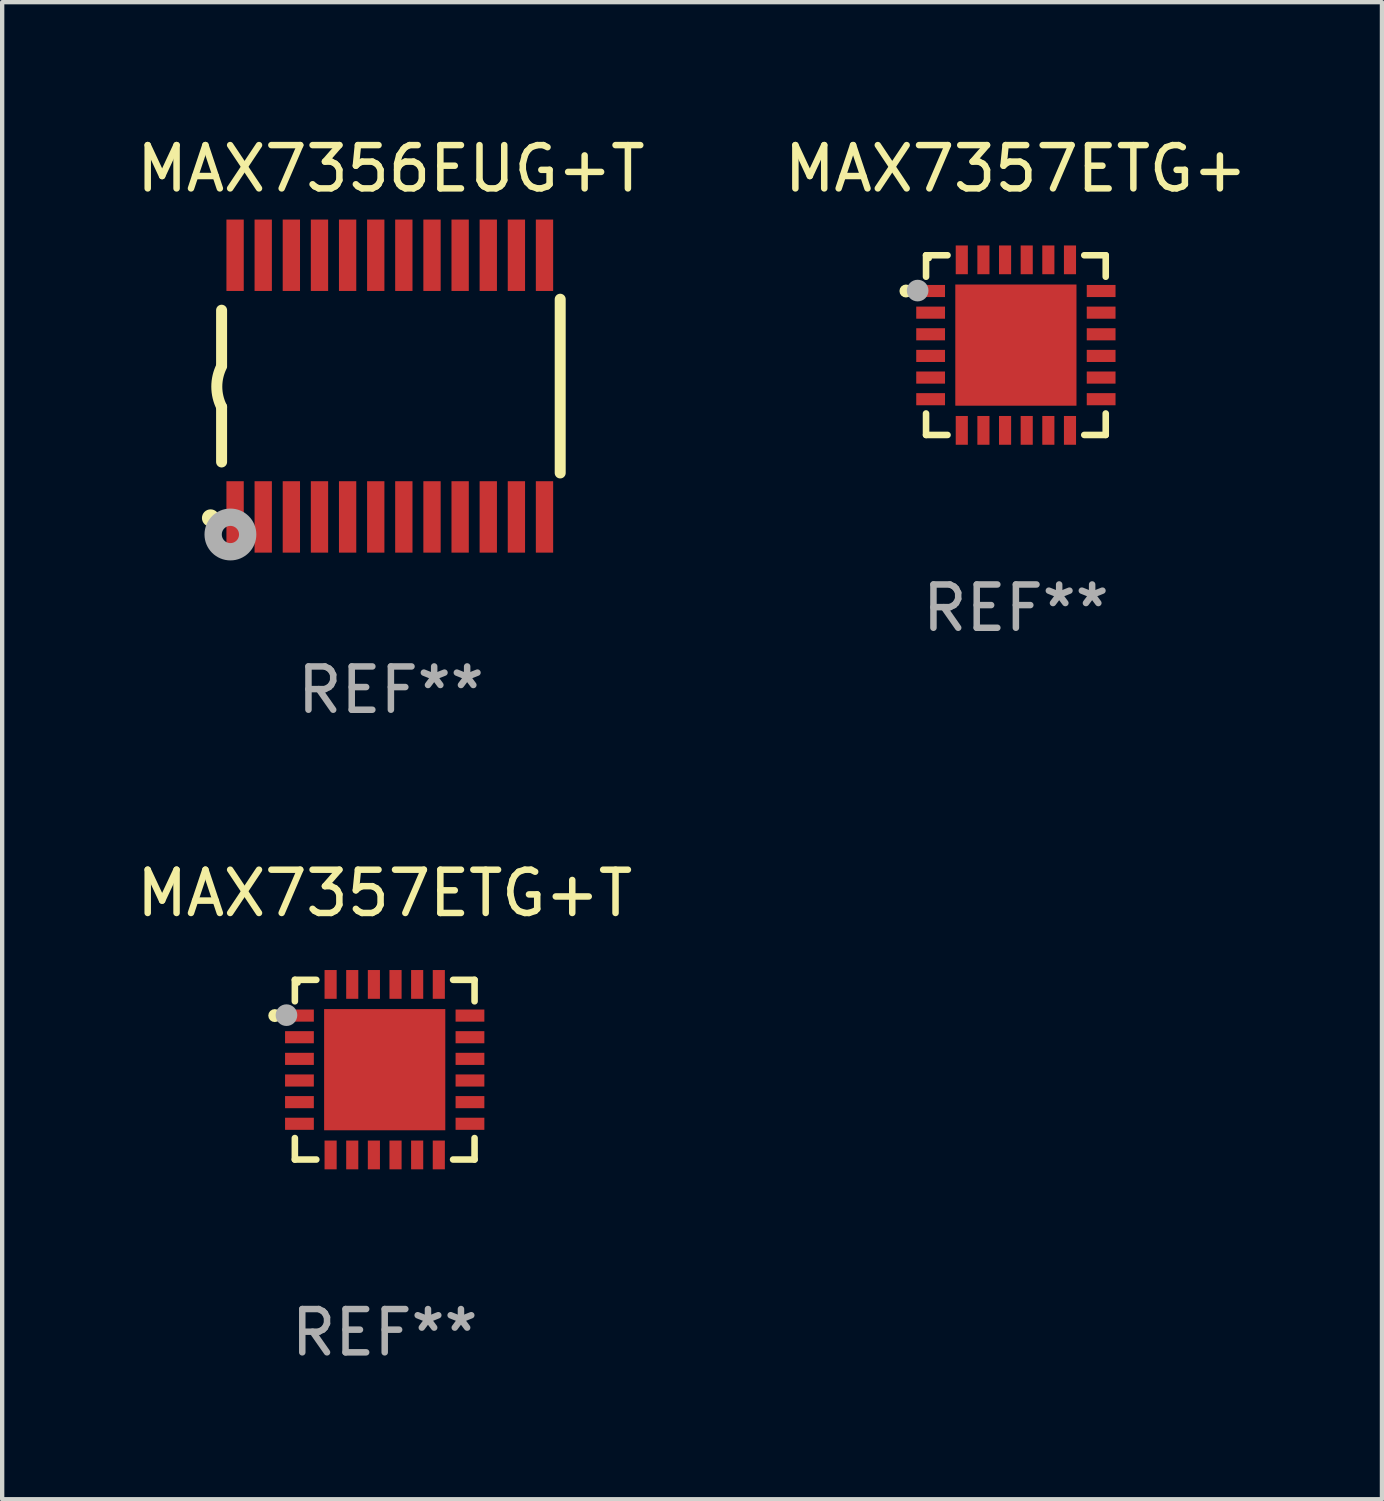
<source format=kicad_pcb>
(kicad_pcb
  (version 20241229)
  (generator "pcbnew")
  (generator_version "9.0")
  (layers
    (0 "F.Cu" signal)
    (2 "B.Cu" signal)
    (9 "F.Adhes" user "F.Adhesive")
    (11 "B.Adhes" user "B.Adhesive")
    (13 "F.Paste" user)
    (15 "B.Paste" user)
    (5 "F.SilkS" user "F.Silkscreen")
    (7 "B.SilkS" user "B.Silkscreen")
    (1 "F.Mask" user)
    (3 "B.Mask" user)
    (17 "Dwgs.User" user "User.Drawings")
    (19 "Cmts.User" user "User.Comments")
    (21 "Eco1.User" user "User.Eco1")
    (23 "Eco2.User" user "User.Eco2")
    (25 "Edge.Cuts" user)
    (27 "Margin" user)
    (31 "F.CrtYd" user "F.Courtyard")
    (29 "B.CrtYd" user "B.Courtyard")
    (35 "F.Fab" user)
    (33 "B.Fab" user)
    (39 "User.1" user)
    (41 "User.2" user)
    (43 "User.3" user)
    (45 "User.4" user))
  (footprint "MAX7356EUG+T"
    (layer "F.Cu")
    (at 5.982 5.871)
    (property "Reference" "MAX7356EUG+T" (at 0 -5.023 0) (layer "F.SilkS") (effects (font (size 1 1) (thickness 0.15))))
    (attr through_hole)
    (fp_line (start -3.912 -0.483) (end -3.912 -1.753) (stroke (width 0.254) (type solid)) (layer "F.SilkS"))
    (fp_line (start -3.912 1.753) (end -3.912 0.483) (stroke (width 0.254) (type solid)) (layer "F.SilkS"))
    (fp_line (start 3.912 -2.007) (end 3.912 2.007) (stroke (width 0.254) (type solid)) (layer "F.SilkS"))
    (fp_arc (start -3.911608 0.482601) (mid -4.022537 0.0127) (end -3.911608 -0.457201) (stroke (width 0.254001) (type solid)) (layer "F.SilkS"))
    (fp_circle (center -4.166 3.048) (end -4.066 3.048) (stroke (width 0.2) (type solid)) (fill no) (layer "F.SilkS"))
    (fp_circle (center -3.925 3.186) (end -3.895 3.186) (stroke (width 0.06) (type solid)) (fill no) (layer "F.SilkS"))
    (fp_circle (center -3.708 3.429) (end -3.509 3.429) (stroke (width 0.4) (type solid)) (fill no) (layer "F.Fab"))
    (fp_text user "REF**" (at 0 7.023 0) (layer "F.Fab") (effects (font (size 1 1) (thickness 0.15))))
    (pad "1" smd rect (at -3.6 3.023) (size 0.4 1.65) (layers "F.Cu" "F.Mask" "F.Paste"))
    (pad "2" smd rect (at -2.95 3.023) (size 0.4 1.65) (layers "F.Cu" "F.Mask" "F.Paste"))
    (pad "3" smd rect (at -2.3 3.023) (size 0.4 1.65) (layers "F.Cu" "F.Mask" "F.Paste"))
    (pad "4" smd rect (at -1.65 3.023) (size 0.4 1.65) (layers "F.Cu" "F.Mask" "F.Paste"))
    (pad "5" smd rect (at -1 3.023) (size 0.4 1.65) (layers "F.Cu" "F.Mask" "F.Paste"))
    (pad "6" smd rect (at -0.35 3.023) (size 0.4 1.65) (layers "F.Cu" "F.Mask" "F.Paste"))
    (pad "7" smd rect (at 0.299 3.023) (size 0.4 1.65) (layers "F.Cu" "F.Mask" "F.Paste"))
    (pad "8" smd rect (at 0.95 3.023) (size 0.4 1.65) (layers "F.Cu" "F.Mask" "F.Paste"))
    (pad "9" smd rect (at 1.6 3.023) (size 0.4 1.65) (layers "F.Cu" "F.Mask" "F.Paste"))
    (pad "10" smd rect (at 2.25 3.023) (size 0.4 1.65) (layers "F.Cu" "F.Mask" "F.Paste"))
    (pad "11" smd rect (at 2.9 3.023) (size 0.4 1.65) (layers "F.Cu" "F.Mask" "F.Paste"))
    (pad "12" smd rect (at 3.549 3.023) (size 0.4 1.65) (layers "F.Cu" "F.Mask" "F.Paste"))
    (pad "13" smd rect (at 3.549 -3.023) (size 0.4 1.65) (layers "F.Cu" "F.Mask" "F.Paste"))
    (pad "14" smd rect (at 2.9 -3.023) (size 0.4 1.65) (layers "F.Cu" "F.Mask" "F.Paste"))
    (pad "15" smd rect (at 2.25 -3.023) (size 0.4 1.65) (layers "F.Cu" "F.Mask" "F.Paste"))
    (pad "16" smd rect (at 1.6 -3.023) (size 0.4 1.65) (layers "F.Cu" "F.Mask" "F.Paste"))
    (pad "17" smd rect (at 0.95 -3.023) (size 0.4 1.65) (layers "F.Cu" "F.Mask" "F.Paste"))
    (pad "18" smd rect (at 0.299 -3.023) (size 0.4 1.65) (layers "F.Cu" "F.Mask" "F.Paste"))
    (pad "19" smd rect (at -0.35 -3.023) (size 0.4 1.65) (layers "F.Cu" "F.Mask" "F.Paste"))
    (pad "20" smd rect (at -1 -3.023) (size 0.4 1.65) (layers "F.Cu" "F.Mask" "F.Paste"))
    (pad "21" smd rect (at -1.65 -3.023) (size 0.4 1.65) (layers "F.Cu" "F.Mask" "F.Paste"))
    (pad "22" smd rect (at -2.3 -3.023) (size 0.4 1.65) (layers "F.Cu" "F.Mask" "F.Paste"))
    (pad "23" smd rect (at -2.95 -3.023) (size 0.4 1.65) (layers "F.Cu" "F.Mask" "F.Paste"))
    (pad "24" smd rect (at -3.6 -3.023) (size 0.4 1.65) (layers "F.Cu" "F.Mask" "F.Paste")))
  (footprint "MAX7357ETG+T"
    (layer "F.Cu")
    (at 5.839 21.666)
    (property "Reference" "MAX7357ETG+T" (at 0 -4.076 0) (layer "F.SilkS") (effects (font (size 1 1) (thickness 0.15))))
    (attr through_hole)
    (fp_line (start -2.076 -2.076) (end -2.076 -1.58) (stroke (width 0.152) (type solid)) (layer "F.SilkS"))
    (fp_line (start -2.076 2.076) (end -2.076 1.58) (stroke (width 0.152) (type solid)) (layer "F.SilkS"))
    (fp_line (start -1.58 -2.076) (end -2.076 -2.076) (stroke (width 0.152) (type solid)) (layer "F.SilkS"))
    (fp_line (start -1.58 2.076) (end -2.076 2.076) (stroke (width 0.152) (type solid)) (layer "F.SilkS"))
    (fp_line (start 1.58 -2.076) (end 2.076 -2.076) (stroke (width 0.152) (type solid)) (layer "F.SilkS"))
    (fp_line (start 1.58 2.076) (end 2.076 2.076) (stroke (width 0.152) (type solid)) (layer "F.SilkS"))
    (fp_line (start 2.076 -2.076) (end 2.076 -1.58) (stroke (width 0.152) (type solid)) (layer "F.SilkS"))
    (fp_line (start 2.076 2.076) (end 2.076 1.58) (stroke (width 0.152) (type solid)) (layer "F.SilkS"))
    (fp_circle (center -2.54 -1.25) (end -2.465 -1.25) (stroke (width 0.15) (type solid)) (fill no) (layer "F.SilkS"))
    (fp_circle (center -2 -2) (end -1.97 -2) (stroke (width 0.06) (type solid)) (fill no) (layer "F.SilkS"))
    (fp_circle (center -2.27 -1.26) (end -2.145 -1.26) (stroke (width 0.25) (type solid)) (fill no) (layer "F.Fab"))
    (fp_text user "REF**" (at 0 6.076 0) (layer "F.Fab") (effects (font (size 1 1) (thickness 0.15))))
    (pad "1" smd rect (at -1.97 -1.25) (size 0.665 0.28) (layers "F.Cu" "F.Mask" "F.Paste"))
    (pad "2" smd rect (at -1.97 -0.75) (size 0.665 0.28) (layers "F.Cu" "F.Mask" "F.Paste"))
    (pad "3" smd rect (at -1.97 -0.25) (size 0.665 0.28) (layers "F.Cu" "F.Mask" "F.Paste"))
    (pad "4" smd rect (at -1.97 0.25) (size 0.665 0.28) (layers "F.Cu" "F.Mask" "F.Paste"))
    (pad "5" smd rect (at -1.97 0.75) (size 0.665 0.28) (layers "F.Cu" "F.Mask" "F.Paste"))
    (pad "6" smd rect (at -1.97 1.25) (size 0.665 0.28) (layers "F.Cu" "F.Mask" "F.Paste"))
    (pad "7" smd rect (at -1.25 1.97) (size 0.28 0.665) (layers "F.Cu" "F.Mask" "F.Paste"))
    (pad "8" smd rect (at -0.75 1.97) (size 0.28 0.665) (layers "F.Cu" "F.Mask" "F.Paste"))
    (pad "9" smd rect (at -0.25 1.97) (size 0.28 0.665) (layers "F.Cu" "F.Mask" "F.Paste"))
    (pad "10" smd rect (at 0.25 1.97) (size 0.28 0.665) (layers "F.Cu" "F.Mask" "F.Paste"))
    (pad "11" smd rect (at 0.75 1.97) (size 0.28 0.665) (layers "F.Cu" "F.Mask" "F.Paste"))
    (pad "12" smd rect (at 1.25 1.97) (size 0.28 0.665) (layers "F.Cu" "F.Mask" "F.Paste"))
    (pad "13" smd rect (at 1.97 1.25) (size 0.665 0.28) (layers "F.Cu" "F.Mask" "F.Paste"))
    (pad "14" smd rect (at 1.97 0.75) (size 0.665 0.28) (layers "F.Cu" "F.Mask" "F.Paste"))
    (pad "15" smd rect (at 1.97 0.25) (size 0.665 0.28) (layers "F.Cu" "F.Mask" "F.Paste"))
    (pad "16" smd rect (at 1.97 -0.25) (size 0.665 0.28) (layers "F.Cu" "F.Mask" "F.Paste"))
    (pad "17" smd rect (at 1.97 -0.75) (size 0.665 0.28) (layers "F.Cu" "F.Mask" "F.Paste"))
    (pad "18" smd rect (at 1.97 -1.25) (size 0.665 0.28) (layers "F.Cu" "F.Mask" "F.Paste"))
    (pad "19" smd rect (at 1.25 -1.97) (size 0.28 0.665) (layers "F.Cu" "F.Mask" "F.Paste"))
    (pad "20" smd rect (at 0.75 -1.97) (size 0.28 0.665) (layers "F.Cu" "F.Mask" "F.Paste"))
    (pad "21" smd rect (at 0.25 -1.97) (size 0.28 0.665) (layers "F.Cu" "F.Mask" "F.Paste"))
    (pad "22" smd rect (at -0.25 -1.97) (size 0.28 0.665) (layers "F.Cu" "F.Mask" "F.Paste"))
    (pad "23" smd rect (at -0.75 -1.97) (size 0.28 0.665) (layers "F.Cu" "F.Mask" "F.Paste"))
    (pad "24" smd rect (at -1.25 -1.97) (size 0.28 0.665) (layers "F.Cu" "F.Mask" "F.Paste"))
    (pad "25" smd rect (at 0 0) (size 2.8 2.8) (layers "F.Cu" "F.Mask" "F.Paste")))
  (footprint "MAX7357ETG+"
    (layer "F.Cu")
    (at 20.423 4.924)
    (property "Reference" "MAX7357ETG+" (at 0 -4.076 0) (layer "F.SilkS") (effects (font (size 1 1) (thickness 0.15))))
    (attr through_hole)
    (fp_line (start -2.076 -2.076) (end -2.076 -1.58) (stroke (width 0.152) (type solid)) (layer "F.SilkS"))
    (fp_line (start -2.076 2.076) (end -2.076 1.58) (stroke (width 0.152) (type solid)) (layer "F.SilkS"))
    (fp_line (start -1.58 -2.076) (end -2.076 -2.076) (stroke (width 0.152) (type solid)) (layer "F.SilkS"))
    (fp_line (start -1.58 2.076) (end -2.076 2.076) (stroke (width 0.152) (type solid)) (layer "F.SilkS"))
    (fp_line (start 1.58 -2.076) (end 2.076 -2.076) (stroke (width 0.152) (type solid)) (layer "F.SilkS"))
    (fp_line (start 1.58 2.076) (end 2.076 2.076) (stroke (width 0.152) (type solid)) (layer "F.SilkS"))
    (fp_line (start 2.076 -2.076) (end 2.076 -1.58) (stroke (width 0.152) (type solid)) (layer "F.SilkS"))
    (fp_line (start 2.076 2.076) (end 2.076 1.58) (stroke (width 0.152) (type solid)) (layer "F.SilkS"))
    (fp_circle (center -2.54 -1.25) (end -2.465 -1.25) (stroke (width 0.15) (type solid)) (fill no) (layer "F.SilkS"))
    (fp_circle (center -2 -2) (end -1.97 -2) (stroke (width 0.06) (type solid)) (fill no) (layer "F.SilkS"))
    (fp_circle (center -2.27 -1.26) (end -2.145 -1.26) (stroke (width 0.25) (type solid)) (fill no) (layer "F.Fab"))
    (fp_text user "REF**" (at 0 6.076 0) (layer "F.Fab") (effects (font (size 1 1) (thickness 0.15))))
    (pad "1" smd rect (at -1.97 -1.25) (size 0.665 0.28) (layers "F.Cu" "F.Mask" "F.Paste"))
    (pad "2" smd rect (at -1.97 -0.75) (size 0.665 0.28) (layers "F.Cu" "F.Mask" "F.Paste"))
    (pad "3" smd rect (at -1.97 -0.25) (size 0.665 0.28) (layers "F.Cu" "F.Mask" "F.Paste"))
    (pad "4" smd rect (at -1.97 0.25) (size 0.665 0.28) (layers "F.Cu" "F.Mask" "F.Paste"))
    (pad "5" smd rect (at -1.97 0.75) (size 0.665 0.28) (layers "F.Cu" "F.Mask" "F.Paste"))
    (pad "6" smd rect (at -1.97 1.25) (size 0.665 0.28) (layers "F.Cu" "F.Mask" "F.Paste"))
    (pad "7" smd rect (at -1.25 1.97) (size 0.28 0.665) (layers "F.Cu" "F.Mask" "F.Paste"))
    (pad "8" smd rect (at -0.75 1.97) (size 0.28 0.665) (layers "F.Cu" "F.Mask" "F.Paste"))
    (pad "9" smd rect (at -0.25 1.97) (size 0.28 0.665) (layers "F.Cu" "F.Mask" "F.Paste"))
    (pad "10" smd rect (at 0.25 1.97) (size 0.28 0.665) (layers "F.Cu" "F.Mask" "F.Paste"))
    (pad "11" smd rect (at 0.75 1.97) (size 0.28 0.665) (layers "F.Cu" "F.Mask" "F.Paste"))
    (pad "12" smd rect (at 1.25 1.97) (size 0.28 0.665) (layers "F.Cu" "F.Mask" "F.Paste"))
    (pad "13" smd rect (at 1.97 1.25) (size 0.665 0.28) (layers "F.Cu" "F.Mask" "F.Paste"))
    (pad "14" smd rect (at 1.97 0.75) (size 0.665 0.28) (layers "F.Cu" "F.Mask" "F.Paste"))
    (pad "15" smd rect (at 1.97 0.25) (size 0.665 0.28) (layers "F.Cu" "F.Mask" "F.Paste"))
    (pad "16" smd rect (at 1.97 -0.25) (size 0.665 0.28) (layers "F.Cu" "F.Mask" "F.Paste"))
    (pad "17" smd rect (at 1.97 -0.75) (size 0.665 0.28) (layers "F.Cu" "F.Mask" "F.Paste"))
    (pad "18" smd rect (at 1.97 -1.25) (size 0.665 0.28) (layers "F.Cu" "F.Mask" "F.Paste"))
    (pad "19" smd rect (at 1.25 -1.97) (size 0.28 0.665) (layers "F.Cu" "F.Mask" "F.Paste"))
    (pad "20" smd rect (at 0.75 -1.97) (size 0.28 0.665) (layers "F.Cu" "F.Mask" "F.Paste"))
    (pad "21" smd rect (at 0.25 -1.97) (size 0.28 0.665) (layers "F.Cu" "F.Mask" "F.Paste"))
    (pad "22" smd rect (at -0.25 -1.97) (size 0.28 0.665) (layers "F.Cu" "F.Mask" "F.Paste"))
    (pad "23" smd rect (at -0.75 -1.97) (size 0.28 0.665) (layers "F.Cu" "F.Mask" "F.Paste"))
    (pad "24" smd rect (at -1.25 -1.97) (size 0.28 0.665) (layers "F.Cu" "F.Mask" "F.Paste"))
    (pad "25" smd rect (at 0 0) (size 2.8 2.8) (layers "F.Cu" "F.Mask" "F.Paste")))
  (gr_rect
    (start -3 -3)
    (end 28.881 31.591)
    (stroke (width 0.1) (type default))
    (fill no)
    (layer "Edge.Cuts")))
</source>
